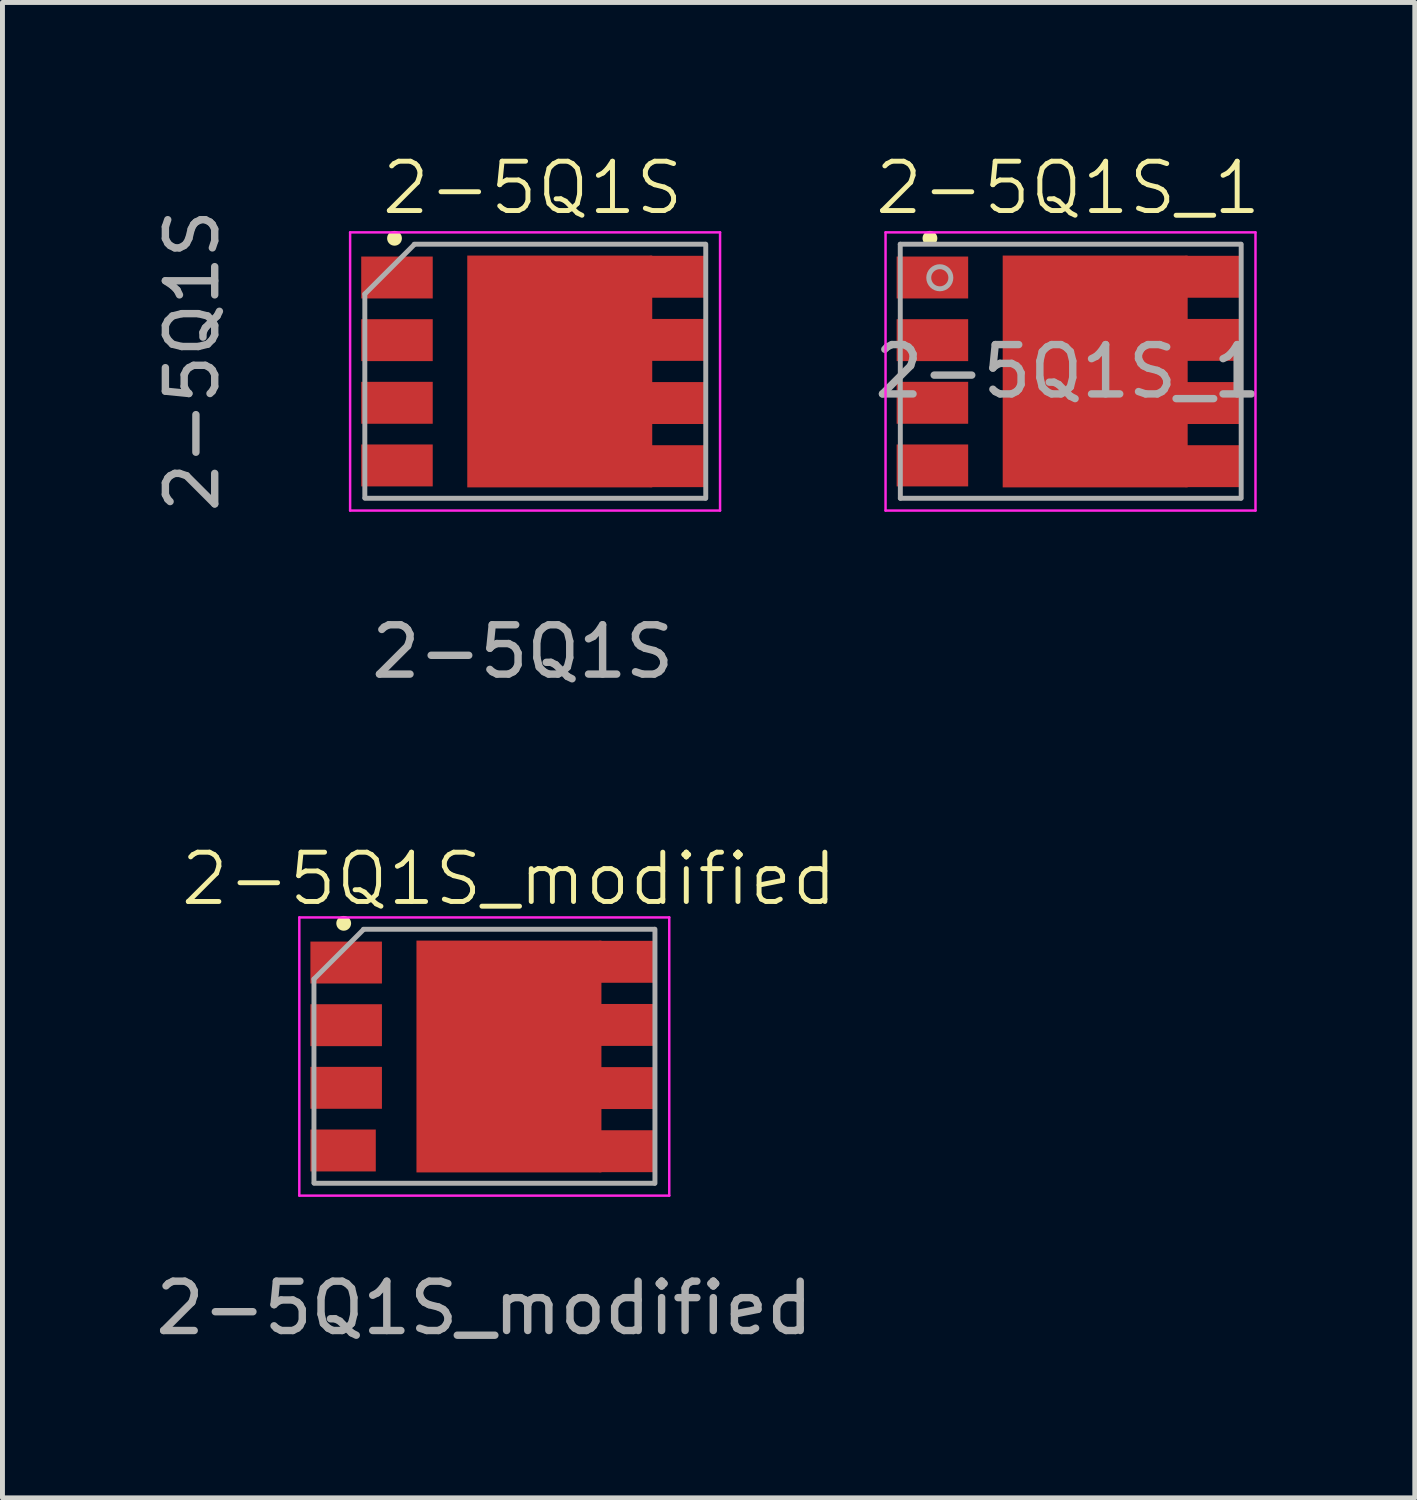
<source format=kicad_pcb>
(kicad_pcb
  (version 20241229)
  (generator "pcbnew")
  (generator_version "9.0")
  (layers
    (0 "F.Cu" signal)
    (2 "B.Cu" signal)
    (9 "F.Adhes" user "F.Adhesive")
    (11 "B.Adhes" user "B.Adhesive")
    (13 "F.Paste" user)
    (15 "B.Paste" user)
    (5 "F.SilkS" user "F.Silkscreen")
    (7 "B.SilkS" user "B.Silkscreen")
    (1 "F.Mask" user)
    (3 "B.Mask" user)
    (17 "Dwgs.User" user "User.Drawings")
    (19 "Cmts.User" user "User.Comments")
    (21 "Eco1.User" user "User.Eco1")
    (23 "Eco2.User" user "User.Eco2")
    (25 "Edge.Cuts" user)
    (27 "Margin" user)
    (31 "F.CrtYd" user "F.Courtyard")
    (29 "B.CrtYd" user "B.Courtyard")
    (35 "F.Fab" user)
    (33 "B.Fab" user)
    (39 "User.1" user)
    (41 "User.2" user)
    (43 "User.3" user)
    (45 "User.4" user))
  (footprint "2-5Q1S_1"
    (layer "F.Cu")
    (at 18.603 4.481)
    (property "Reference" "2-5Q1S_1" (at 0 -3.72 0) (unlocked yes) (layer "F.SilkS") (effects (font (size 1 1) (thickness 0.1))))
    (attr smd)
    (fp_circle (center -2.8 -2.7) (end -2.7 -2.7) (stroke (width 0.1) (type solid)) (fill yes) (layer "F.SilkS"))
    (fp_line (start -3.7 -2.82) (end 3.8 -2.82) (stroke (width 0.05) (type solid)) (layer "F.CrtYd"))
    (fp_line (start -3.7 2.82) (end -3.7 -2.82) (stroke (width 0.05) (type solid)) (layer "F.CrtYd"))
    (fp_line (start 3.8 -2.82) (end 3.8 2.82) (stroke (width 0.05) (type solid)) (layer "F.CrtYd"))
    (fp_line (start 3.8 2.82) (end -3.7 2.82) (stroke (width 0.05) (type solid)) (layer "F.CrtYd"))
    (fp_line (start -3.402 -2.58) (end -3.4 2.57) (stroke (width 0.1) (type solid)) (layer "F.Fab"))
    (fp_line (start -3.402 -2.58) (end 3.5 -2.58) (stroke (width 0.1) (type solid)) (layer "F.Fab"))
    (fp_line (start 3.5 2.57) (end -3.4 2.57) (stroke (width 0.1) (type solid)) (layer "F.Fab"))
    (fp_line (start 3.51 -2.58) (end 3.51 2.57) (stroke (width 0.1) (type solid)) (layer "F.Fab"))
    (fp_circle (center -2.6 -1.9) (end -2.376 -1.9) (stroke (width 0.1) (type solid)) (fill no) (layer "F.Fab"))
    (fp_text user "${REFERENCE}" (at 0 0 0) (unlocked yes) (layer "F.Fab") (effects (font (size 1 1) (thickness 0.15))))
    (pad "" smd rect (at -0.6 -1.725) (size 0.9 0.9) (layers "F.Paste"))
    (pad "" smd rect (at -0.6 -0.575) (size 0.9 0.9) (layers "F.Paste"))
    (pad "" smd rect (at -0.6 0.575) (size 0.9 0.9) (layers "F.Paste"))
    (pad "" smd rect (at -0.6 1.725) (size 0.9 0.9) (layers "F.Paste"))
    (pad "" smd rect (at 0.5 -1.725) (size 0.9 0.9) (layers "F.Paste"))
    (pad "" smd rect (at 0.5 -0.575) (size 0.9 0.9) (layers "F.Paste"))
    (pad "" smd rect (at 0.5 0.575) (size 0.9 0.9) (layers "F.Paste"))
    (pad "" smd rect (at 0.5 1.725) (size 0.9 0.9) (layers "F.Paste"))
    (pad "" smd rect (at 1.6 -1.725) (size 0.9 0.9) (layers "F.Paste"))
    (pad "" smd rect (at 1.6 -0.575) (size 0.9 0.9) (layers "F.Paste"))
    (pad "" smd rect (at 1.6 0.575) (size 0.9 0.9) (layers "F.Paste"))
    (pad "" smd rect (at 1.6 1.725) (size 0.9 0.9) (layers "F.Paste"))
    (pad "1" smd rect (at -2.75 -1.905) (size 1.45 0.85) (layers "F.Cu" "F.Mask" "F.Paste"))
    (pad "2" smd rect (at -2.75 -0.635) (size 1.45 0.85) (layers "F.Cu" "F.Mask" "F.Paste"))
    (pad "3" smd rect (at -2.75 0.635) (size 1.45 0.85) (layers "F.Cu" "F.Mask" "F.Paste"))
    (pad "4" smd rect (at -2.75 1.905) (size 1.45 0.85) (layers "F.Cu" "F.Mask" "F.Paste"))
    (pad "5" smd rect (at 0.55 0) (size 3.75 4.7) (layers "F.Cu" "F.Mask"))
    (pad "5" smd rect (at 2.925 1.92) (size 1.1 0.85) (layers "F.Cu" "F.Mask" "F.Paste"))
    (pad "6" smd rect (at 2.925 0.64) (size 1.1 0.85) (layers "F.Cu" "F.Mask" "F.Paste"))
    (pad "7" smd rect (at 2.925 -0.64) (size 1.1 0.85) (layers "F.Cu" "F.Mask" "F.Paste"))
    (pad "8" smd rect (at 2.925 -1.92) (size 1.1 0.85) (layers "F.Cu" "F.Mask" "F.Paste")))
  (footprint "2-5Q1S_modified"
    (layer "F.Cu")
    (at 6.768 18.369)
    (property "Reference" "2-5Q1S_modified" (at 0.5 -3.6 0) (unlocked yes) (layer "F.SilkS") (effects (font (size 1 1) (thickness 0.1))))
    (attr smd)
    (fp_circle (center -2.85 -2.7) (end -2.75 -2.7) (stroke (width 0.1) (type solid)) (fill yes) (layer "F.SilkS"))
    (fp_line (start -3.75 -2.82) (end 3.75 -2.82) (stroke (width 0.05) (type solid)) (layer "F.CrtYd"))
    (fp_line (start -3.75 2.82) (end -3.75 -2.82) (stroke (width 0.05) (type solid)) (layer "F.CrtYd"))
    (fp_line (start 3.75 -2.82) (end 3.75 2.82) (stroke (width 0.05) (type solid)) (layer "F.CrtYd"))
    (fp_line (start 3.75 2.82) (end -3.75 2.82) (stroke (width 0.05) (type solid)) (layer "F.CrtYd"))
    (fp_line (start -3.453 -1.57) (end -3.453 2.56) (stroke (width 0.1) (type solid)) (layer "F.Fab"))
    (fp_line (start -2.453 -2.57) (end -3.453 -1.57) (stroke (width 0.1) (type solid)) (layer "F.Fab"))
    (fp_line (start -2.45 -2.58) (end 3.45 -2.58) (stroke (width 0.1) (type solid)) (layer "F.Fab"))
    (fp_line (start 3.45 2.57) (end -3.45 2.57) (stroke (width 0.1) (type solid)) (layer "F.Fab"))
    (fp_line (start 3.46 -2.58) (end 3.46 2.57) (stroke (width 0.1) (type solid)) (layer "F.Fab"))
    (fp_text user "${REFERENCE}" (at 0 5.1 0) (unlocked yes) (layer "F.Fab") (effects (font (size 1 1) (thickness 0.15))))
    (pad "" smd rect (at -0.65 -1.725) (size 0.9 0.9) (layers "F.Paste"))
    (pad "" smd rect (at -0.65 -0.575) (size 0.9 0.9) (layers "F.Paste"))
    (pad "" smd rect (at -0.65 0.575) (size 0.9 0.9) (layers "F.Paste"))
    (pad "" smd rect (at -0.65 1.725) (size 0.9 0.9) (layers "F.Paste"))
    (pad "" smd rect (at 0.45 -1.725) (size 0.9 0.9) (layers "F.Paste"))
    (pad "" smd rect (at 0.45 -0.575) (size 0.9 0.9) (layers "F.Paste"))
    (pad "" smd rect (at 0.45 0.575) (size 0.9 0.9) (layers "F.Paste"))
    (pad "" smd rect (at 0.45 1.725) (size 0.9 0.9) (layers "F.Paste"))
    (pad "" smd rect (at 1.55 -1.725) (size 0.9 0.9) (layers "F.Paste"))
    (pad "" smd rect (at 1.55 -0.575) (size 0.9 0.9) (layers "F.Paste"))
    (pad "" smd rect (at 1.55 0.575) (size 0.9 0.9) (layers "F.Paste"))
    (pad "" smd rect (at 1.55 1.725) (size 0.9 0.9) (layers "F.Paste"))
    (pad "1" smd rect (at -2.8 -1.905) (size 1.45 0.85) (layers "F.Cu" "F.Mask" "F.Paste"))
    (pad "2" smd rect (at -2.8 -0.635) (size 1.45 0.85) (layers "F.Cu" "F.Mask" "F.Paste"))
    (pad "3" smd rect (at -2.8 0.635) (size 1.45 0.85) (layers "F.Cu" "F.Mask" "F.Paste"))
    (pad "4" smd rect (at -2.862 1.905) (size 1.325 0.85) (layers "F.Cu" "F.Mask" "F.Paste"))
    (pad "5" smd rect (at 0.5 0) (size 3.75 4.7) (layers "F.Cu" "F.Mask"))
    (pad "5" smd rect (at 2.875 1.92) (size 1.1 0.85) (layers "F.Cu" "F.Mask" "F.Paste"))
    (pad "6" smd rect (at 2.875 0.64) (size 1.1 0.85) (layers "F.Cu" "F.Mask" "F.Paste"))
    (pad "7" smd rect (at 2.875 -0.64) (size 1.1 0.85) (layers "F.Cu" "F.Mask" "F.Paste"))
    (pad "8" smd rect (at 2.875 -1.92) (size 1.1 0.85) (layers "F.Cu" "F.Mask" "F.Paste")))
  (footprint "2-5Q1S"
    (layer "F.Cu")
    (at 7.748 4.481)
    (property "Reference" "2-5Q1S" (at 0 -3.72 0) (unlocked yes) (layer "F.SilkS") (effects (font (size 1 1) (thickness 0.1))))
    (attr smd)
    (fp_circle (center -2.8 -2.7) (end -2.7 -2.7) (stroke (width 0.1) (type solid)) (fill yes) (layer "F.SilkS"))
    (fp_line (start -3.7 -2.82) (end 3.8 -2.82) (stroke (width 0.05) (type solid)) (layer "F.CrtYd"))
    (fp_line (start -3.7 2.82) (end -3.7 -2.82) (stroke (width 0.05) (type solid)) (layer "F.CrtYd"))
    (fp_line (start 3.8 -2.82) (end 3.8 2.82) (stroke (width 0.05) (type solid)) (layer "F.CrtYd"))
    (fp_line (start 3.8 2.82) (end -3.7 2.82) (stroke (width 0.05) (type solid)) (layer "F.CrtYd"))
    (fp_line (start -3.402 -1.57) (end -3.402 2.56) (stroke (width 0.1) (type solid)) (layer "F.Fab"))
    (fp_line (start -2.402 -2.57) (end -3.402 -1.57) (stroke (width 0.1) (type solid)) (layer "F.Fab"))
    (fp_line (start -2.4 -2.58) (end 3.5 -2.58) (stroke (width 0.1) (type solid)) (layer "F.Fab"))
    (fp_line (start 3.5 2.57) (end -3.4 2.57) (stroke (width 0.1) (type solid)) (layer "F.Fab"))
    (fp_line (start 3.51 -2.58) (end 3.51 2.57) (stroke (width 0.1) (type solid)) (layer "F.Fab"))
    (fp_text user "${REFERENCE}" (at -0.2 5.68 0) (unlocked yes) (layer "F.Fab") (effects (font (size 1 1) (thickness 0.15))))
    (fp_text user "${REFERENCE}" (at -6.9 -0.22 90) (layer "F.Fab") (effects (font (size 1 1) (thickness 0.15))))
    (pad "" smd rect (at -0.6 -1.725) (size 0.9 0.9) (layers "F.Paste"))
    (pad "" smd rect (at -0.6 -0.575) (size 0.9 0.9) (layers "F.Paste"))
    (pad "" smd rect (at -0.6 0.575) (size 0.9 0.9) (layers "F.Paste"))
    (pad "" smd rect (at -0.6 1.725) (size 0.9 0.9) (layers "F.Paste"))
    (pad "" smd rect (at 0.5 -1.725) (size 0.9 0.9) (layers "F.Paste"))
    (pad "" smd rect (at 0.5 -0.575) (size 0.9 0.9) (layers "F.Paste"))
    (pad "" smd rect (at 0.5 0.575) (size 0.9 0.9) (layers "F.Paste"))
    (pad "" smd rect (at 0.5 1.725) (size 0.9 0.9) (layers "F.Paste"))
    (pad "" smd rect (at 1.6 -1.725) (size 0.9 0.9) (layers "F.Paste"))
    (pad "" smd rect (at 1.6 -0.575) (size 0.9 0.9) (layers "F.Paste"))
    (pad "" smd rect (at 1.6 0.575) (size 0.9 0.9) (layers "F.Paste"))
    (pad "" smd rect (at 1.6 1.725) (size 0.9 0.9) (layers "F.Paste"))
    (pad "1" smd rect (at -2.75 -1.905) (size 1.45 0.85) (layers "F.Cu" "F.Mask" "F.Paste"))
    (pad "2" smd rect (at -2.75 -0.635) (size 1.45 0.85) (layers "F.Cu" "F.Mask" "F.Paste"))
    (pad "3" smd rect (at -2.75 0.635) (size 1.45 0.85) (layers "F.Cu" "F.Mask" "F.Paste"))
    (pad "4" smd rect (at -2.75 1.905) (size 1.45 0.85) (layers "F.Cu" "F.Mask" "F.Paste"))
    (pad "5" smd rect (at 0.55 0) (size 3.75 4.7) (layers "F.Cu" "F.Mask"))
    (pad "5" smd rect (at 2.925 -1.92) (size 1.1 0.85) (layers "F.Cu" "F.Mask" "F.Paste"))
    (pad "5" smd rect (at 2.925 -0.64) (size 1.1 0.85) (layers "F.Cu" "F.Mask" "F.Paste"))
    (pad "5" smd rect (at 2.925 0.64) (size 1.1 0.85) (layers "F.Cu" "F.Mask" "F.Paste"))
    (pad "5" smd rect (at 2.925 1.92) (size 1.1 0.85) (layers "F.Cu" "F.Mask" "F.Paste")))
  (gr_rect
    (start -3 -3)
    (end 25.633 27.317)
    (stroke (width 0.1) (type default))
    (fill no)
    (layer "Edge.Cuts")))
</source>
